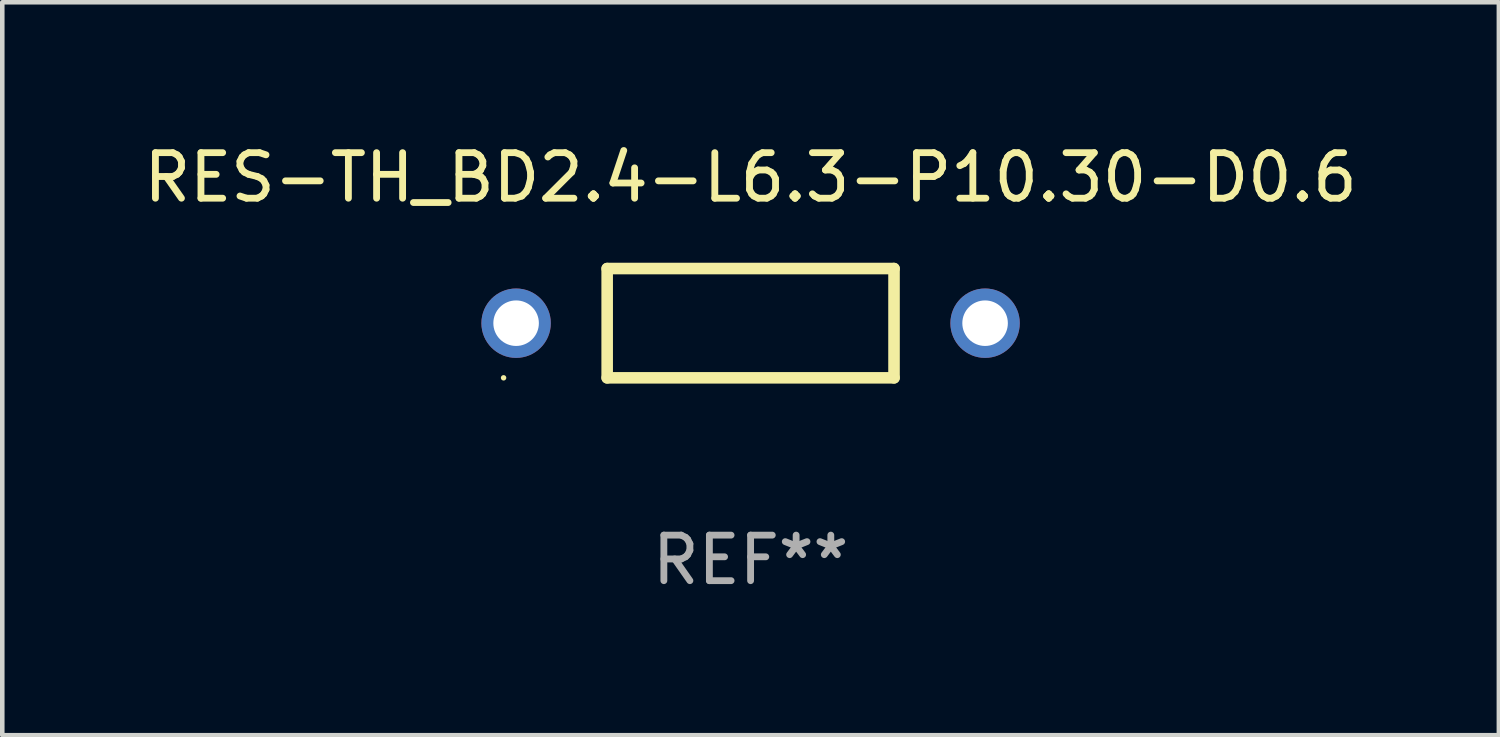
<source format=kicad_pcb>
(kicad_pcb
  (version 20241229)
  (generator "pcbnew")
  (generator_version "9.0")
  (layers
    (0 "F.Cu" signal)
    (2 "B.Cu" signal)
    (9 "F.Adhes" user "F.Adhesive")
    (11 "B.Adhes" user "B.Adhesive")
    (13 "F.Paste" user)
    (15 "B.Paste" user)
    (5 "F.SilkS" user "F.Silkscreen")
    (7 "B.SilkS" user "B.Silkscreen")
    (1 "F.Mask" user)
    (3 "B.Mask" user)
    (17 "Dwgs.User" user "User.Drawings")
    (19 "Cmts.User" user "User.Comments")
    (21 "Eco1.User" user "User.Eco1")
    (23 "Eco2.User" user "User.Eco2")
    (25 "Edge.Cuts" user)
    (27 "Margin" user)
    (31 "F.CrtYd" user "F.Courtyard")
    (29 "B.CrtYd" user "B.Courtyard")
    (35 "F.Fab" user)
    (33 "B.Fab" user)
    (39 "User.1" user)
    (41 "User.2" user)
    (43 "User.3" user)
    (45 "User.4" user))
  (footprint "RES-TH_BD2.4-L6.3-P10.30-D0.6"
    (layer "F.Cu")
    (at 13.435 4.048)
    (property "Reference" "RES-TH_BD2.4-L6.3-P10.30-D0.6" (at 0 -3.2 0) (layer "F.SilkS") (effects (font (size 1 1) (thickness 0.15))))
    (attr through_hole)
    (fp_line (start -3.15 -1.2) (end 3.15 -1.2) (stroke (width 0.254) (type solid)) (layer "F.SilkS"))
    (fp_line (start -3.15 1.2) (end -3.15 -1.2) (stroke (width 0.254) (type solid)) (layer "F.SilkS"))
    (fp_line (start 3.15 -1.2) (end 3.15 1.2) (stroke (width 0.254) (type solid)) (layer "F.SilkS"))
    (fp_line (start 3.15 1.2) (end -3.15 1.2) (stroke (width 0.254) (type solid)) (layer "F.SilkS"))
    (fp_circle (center -5.425 1.2) (end -5.395 1.2) (stroke (width 0.06) (type solid)) (fill no) (layer "F.SilkS"))
    (fp_text user "REF**" (at 0 5.2 0) (layer "F.Fab") (effects (font (size 1 1) (thickness 0.15))))
    (pad "1" thru_hole circle (at -5.15 0) (size 1.524 1.524) (drill 1) (layers "*.Cu" "*.Mask"))
    (pad "2" thru_hole circle (at 5.15 0) (size 1.524 1.524) (drill 1) (layers "*.Cu" "*.Mask")))
  (gr_rect
    (start -3 -3)
    (end 29.869 13.097)
    (stroke (width 0.1) (type default))
    (fill no)
    (layer "Edge.Cuts")))
</source>
